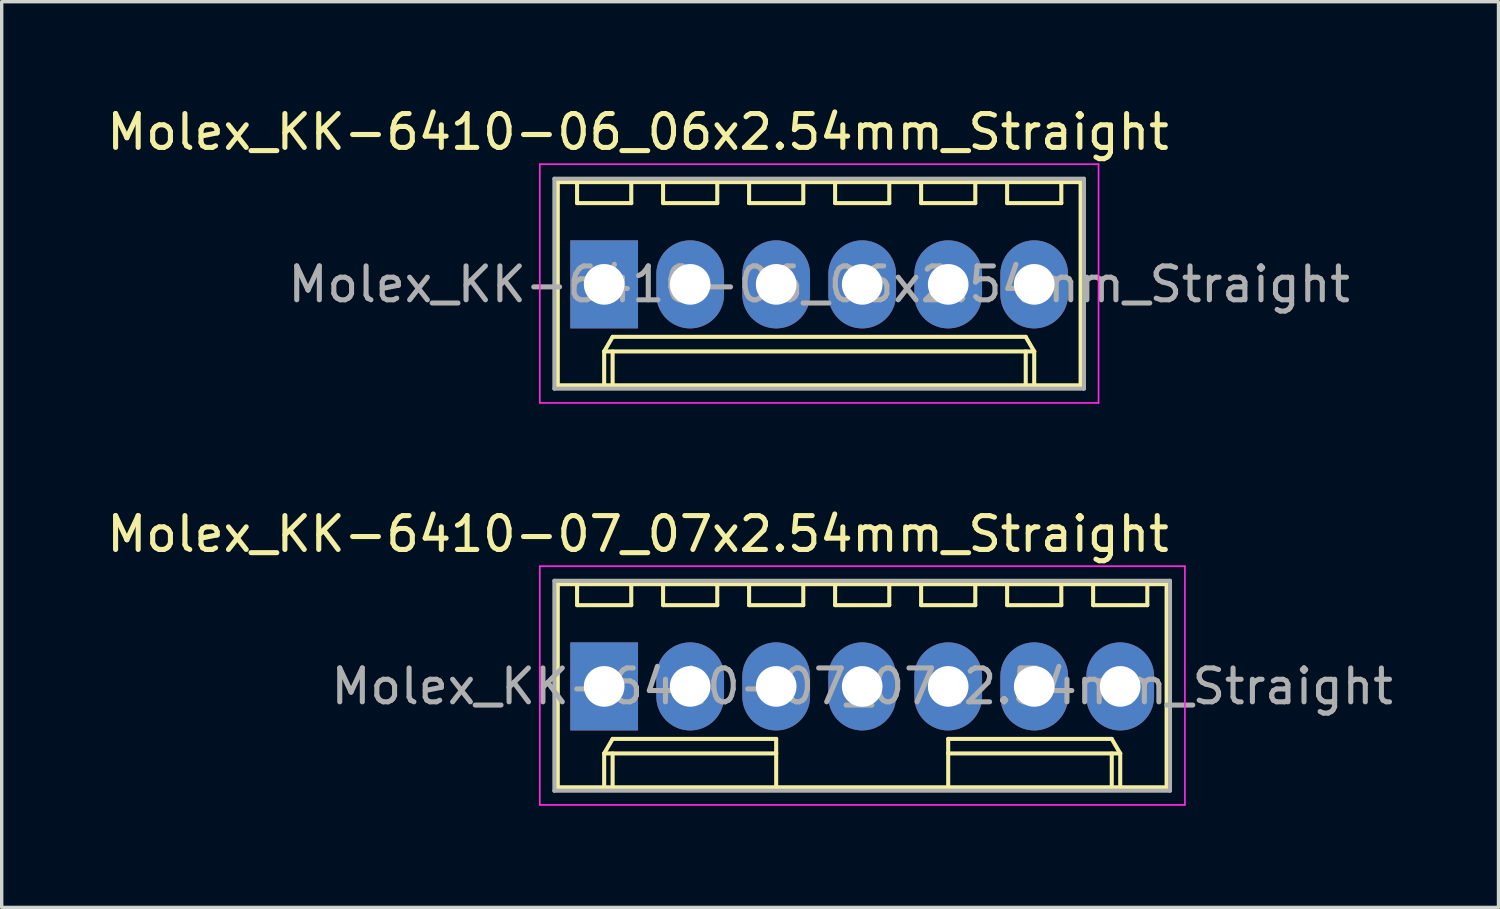
<source format=kicad_pcb>
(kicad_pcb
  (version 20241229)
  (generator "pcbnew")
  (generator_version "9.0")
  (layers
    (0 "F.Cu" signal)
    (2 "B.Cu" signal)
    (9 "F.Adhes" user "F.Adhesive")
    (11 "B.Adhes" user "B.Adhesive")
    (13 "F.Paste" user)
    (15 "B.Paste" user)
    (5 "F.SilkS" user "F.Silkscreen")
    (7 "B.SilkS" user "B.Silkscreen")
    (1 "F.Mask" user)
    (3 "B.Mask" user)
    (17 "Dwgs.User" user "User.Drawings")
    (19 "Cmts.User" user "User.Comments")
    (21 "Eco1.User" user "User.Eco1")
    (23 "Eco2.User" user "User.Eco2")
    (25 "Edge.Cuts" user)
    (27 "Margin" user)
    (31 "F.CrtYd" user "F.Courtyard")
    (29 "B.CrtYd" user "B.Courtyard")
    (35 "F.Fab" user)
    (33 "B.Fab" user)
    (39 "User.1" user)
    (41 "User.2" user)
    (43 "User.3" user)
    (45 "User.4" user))
  (footprint "Molex_KK-6410-06_06x2.54mm_Straight"
    (layer "F.Cu")
    (at 14.792 5.348)
    (property "Reference" "Molex_KK-6410-06_06x2.54mm_Straight" (at 1 -4.5 0) (layer "F.SilkS") (effects (font (size 1 1) (thickness 0.15))))
    (attr through_hole)
    (fp_line (start -1.37 -3.02) (end -1.37 2.98) (stroke (width 0.12) (type solid)) (layer "F.SilkS"))
    (fp_line (start -1.37 2.98) (end 14.07 2.98) (stroke (width 0.12) (type solid)) (layer "F.SilkS"))
    (fp_line (start -0.8 -3.02) (end -0.8 -2.4) (stroke (width 0.12) (type solid)) (layer "F.SilkS"))
    (fp_line (start -0.8 -2.4) (end 0.8 -2.4) (stroke (width 0.12) (type solid)) (layer "F.SilkS"))
    (fp_line (start 0 1.98) (end 0.25 1.55) (stroke (width 0.12) (type solid)) (layer "F.SilkS"))
    (fp_line (start 0 1.98) (end 12.7 1.98) (stroke (width 0.12) (type solid)) (layer "F.SilkS"))
    (fp_line (start 0 2.98) (end 0 1.98) (stroke (width 0.12) (type solid)) (layer "F.SilkS"))
    (fp_line (start 0.25 1.55) (end 12.45 1.55) (stroke (width 0.12) (type solid)) (layer "F.SilkS"))
    (fp_line (start 0.25 2.98) (end 0.25 1.98) (stroke (width 0.12) (type solid)) (layer "F.SilkS"))
    (fp_line (start 0.8 -2.4) (end 0.8 -3.02) (stroke (width 0.12) (type solid)) (layer "F.SilkS"))
    (fp_line (start 1.74 -3.02) (end 1.74 -2.4) (stroke (width 0.12) (type solid)) (layer "F.SilkS"))
    (fp_line (start 1.74 -2.4) (end 3.34 -2.4) (stroke (width 0.12) (type solid)) (layer "F.SilkS"))
    (fp_line (start 3.34 -2.4) (end 3.34 -3.02) (stroke (width 0.12) (type solid)) (layer "F.SilkS"))
    (fp_line (start 4.28 -3.02) (end 4.28 -2.4) (stroke (width 0.12) (type solid)) (layer "F.SilkS"))
    (fp_line (start 4.28 -2.4) (end 5.88 -2.4) (stroke (width 0.12) (type solid)) (layer "F.SilkS"))
    (fp_line (start 5.88 -2.4) (end 5.88 -3.02) (stroke (width 0.12) (type solid)) (layer "F.SilkS"))
    (fp_line (start 6.82 -3.02) (end 6.82 -2.4) (stroke (width 0.12) (type solid)) (layer "F.SilkS"))
    (fp_line (start 6.82 -2.4) (end 8.42 -2.4) (stroke (width 0.12) (type solid)) (layer "F.SilkS"))
    (fp_line (start 8.42 -2.4) (end 8.42 -3.02) (stroke (width 0.12) (type solid)) (layer "F.SilkS"))
    (fp_line (start 9.36 -3.02) (end 9.36 -2.4) (stroke (width 0.12) (type solid)) (layer "F.SilkS"))
    (fp_line (start 9.36 -2.4) (end 10.96 -2.4) (stroke (width 0.12) (type solid)) (layer "F.SilkS"))
    (fp_line (start 10.96 -2.4) (end 10.96 -3.02) (stroke (width 0.12) (type solid)) (layer "F.SilkS"))
    (fp_line (start 11.9 -3.02) (end 11.9 -2.4) (stroke (width 0.12) (type solid)) (layer "F.SilkS"))
    (fp_line (start 11.9 -2.4) (end 13.5 -2.4) (stroke (width 0.12) (type solid)) (layer "F.SilkS"))
    (fp_line (start 12.45 1.55) (end 12.7 1.98) (stroke (width 0.12) (type solid)) (layer "F.SilkS"))
    (fp_line (start 12.45 2.98) (end 12.45 1.98) (stroke (width 0.12) (type solid)) (layer "F.SilkS"))
    (fp_line (start 12.7 1.98) (end 12.7 2.98) (stroke (width 0.12) (type solid)) (layer "F.SilkS"))
    (fp_line (start 13.5 -2.4) (end 13.5 -3.02) (stroke (width 0.12) (type solid)) (layer "F.SilkS"))
    (fp_line (start 14.07 -3.02) (end -1.37 -3.02) (stroke (width 0.12) (type solid)) (layer "F.SilkS"))
    (fp_line (start 14.07 2.98) (end 14.07 -3.02) (stroke (width 0.12) (type solid)) (layer "F.SilkS"))
    (fp_line (start -1.9 -3.55) (end 14.6 -3.55) (stroke (width 0.05) (type solid)) (layer "F.CrtYd"))
    (fp_line (start -1.9 3.5) (end -1.9 -3.55) (stroke (width 0.05) (type solid)) (layer "F.CrtYd"))
    (fp_line (start 14.6 -3.55) (end 14.6 3.5) (stroke (width 0.05) (type solid)) (layer "F.CrtYd"))
    (fp_line (start 14.6 3.5) (end -1.9 3.5) (stroke (width 0.05) (type solid)) (layer "F.CrtYd"))
    (fp_line (start -1.47 -3.12) (end -1.47 3.08) (stroke (width 0.12) (type solid)) (layer "F.Fab"))
    (fp_line (start -1.47 3.08) (end 14.17 3.08) (stroke (width 0.12) (type solid)) (layer "F.Fab"))
    (fp_line (start 14.17 -3.12) (end -1.47 -3.12) (stroke (width 0.12) (type solid)) (layer "F.Fab"))
    (fp_line (start 14.17 3.08) (end 14.17 -3.12) (stroke (width 0.12) (type solid)) (layer "F.Fab"))
    (fp_text user "${REFERENCE}" (at 6.35 0 0) (layer "F.Fab") (effects (font (size 1 1) (thickness 0.15))))
    (pad "1" thru_hole rect (at 0 0) (size 2 2.6) (drill 1.2) (layers "*.Cu" "*.Mask"))
    (pad "2" thru_hole oval (at 2.54 0) (size 2 2.6) (drill 1.2) (layers "*.Cu" "*.Mask"))
    (pad "3" thru_hole oval (at 5.08 0) (size 2 2.6) (drill 1.2) (layers "*.Cu" "*.Mask"))
    (pad "4" thru_hole oval (at 7.62 0) (size 2 2.6) (drill 1.2) (layers "*.Cu" "*.Mask"))
    (pad "5" thru_hole oval (at 10.16 0) (size 2 2.6) (drill 1.2) (layers "*.Cu" "*.Mask"))
    (pad "6" thru_hole oval (at 12.7 0) (size 2 2.6) (drill 1.2) (layers "*.Cu" "*.Mask")))
  (footprint "Molex_KK-6410-07_07x2.54mm_Straight"
    (layer "F.Cu")
    (at 14.792 17.221)
    (property "Reference" "Molex_KK-6410-07_07x2.54mm_Straight" (at 1 -4.5 0) (layer "F.SilkS") (effects (font (size 1 1) (thickness 0.15))))
    (attr through_hole)
    (fp_line (start -1.37 -3.02) (end -1.37 2.98) (stroke (width 0.12) (type solid)) (layer "F.SilkS"))
    (fp_line (start -1.37 2.98) (end 16.61 2.98) (stroke (width 0.12) (type solid)) (layer "F.SilkS"))
    (fp_line (start -0.8 -3.02) (end -0.8 -2.4) (stroke (width 0.12) (type solid)) (layer "F.SilkS"))
    (fp_line (start -0.8 -2.4) (end 0.8 -2.4) (stroke (width 0.12) (type solid)) (layer "F.SilkS"))
    (fp_line (start 0 1.98) (end 0.25 1.55) (stroke (width 0.12) (type solid)) (layer "F.SilkS"))
    (fp_line (start 0 1.98) (end 5.08 1.98) (stroke (width 0.12) (type solid)) (layer "F.SilkS"))
    (fp_line (start 0 2.98) (end 0 1.98) (stroke (width 0.12) (type solid)) (layer "F.SilkS"))
    (fp_line (start 0.25 1.55) (end 5.08 1.55) (stroke (width 0.12) (type solid)) (layer "F.SilkS"))
    (fp_line (start 0.25 2.98) (end 0.25 1.98) (stroke (width 0.12) (type solid)) (layer "F.SilkS"))
    (fp_line (start 0.8 -2.4) (end 0.8 -3.02) (stroke (width 0.12) (type solid)) (layer "F.SilkS"))
    (fp_line (start 1.74 -3.02) (end 1.74 -2.4) (stroke (width 0.12) (type solid)) (layer "F.SilkS"))
    (fp_line (start 1.74 -2.4) (end 3.34 -2.4) (stroke (width 0.12) (type solid)) (layer "F.SilkS"))
    (fp_line (start 3.34 -2.4) (end 3.34 -3.02) (stroke (width 0.12) (type solid)) (layer "F.SilkS"))
    (fp_line (start 4.28 -3.02) (end 4.28 -2.4) (stroke (width 0.12) (type solid)) (layer "F.SilkS"))
    (fp_line (start 4.28 -2.4) (end 5.88 -2.4) (stroke (width 0.12) (type solid)) (layer "F.SilkS"))
    (fp_line (start 5.08 1.55) (end 5.08 1.98) (stroke (width 0.12) (type solid)) (layer "F.SilkS"))
    (fp_line (start 5.08 1.98) (end 5.08 2.98) (stroke (width 0.12) (type solid)) (layer "F.SilkS"))
    (fp_line (start 5.88 -2.4) (end 5.88 -3.02) (stroke (width 0.12) (type solid)) (layer "F.SilkS"))
    (fp_line (start 6.82 -3.02) (end 6.82 -2.4) (stroke (width 0.12) (type solid)) (layer "F.SilkS"))
    (fp_line (start 6.82 -2.4) (end 8.42 -2.4) (stroke (width 0.12) (type solid)) (layer "F.SilkS"))
    (fp_line (start 8.42 -2.4) (end 8.42 -3.02) (stroke (width 0.12) (type solid)) (layer "F.SilkS"))
    (fp_line (start 9.36 -3.02) (end 9.36 -2.4) (stroke (width 0.12) (type solid)) (layer "F.SilkS"))
    (fp_line (start 9.36 -2.4) (end 10.96 -2.4) (stroke (width 0.12) (type solid)) (layer "F.SilkS"))
    (fp_line (start 10.16 1.55) (end 10.16 1.98) (stroke (width 0.12) (type solid)) (layer "F.SilkS"))
    (fp_line (start 10.16 1.98) (end 10.16 2.98) (stroke (width 0.12) (type solid)) (layer "F.SilkS"))
    (fp_line (start 10.96 -2.4) (end 10.96 -3.02) (stroke (width 0.12) (type solid)) (layer "F.SilkS"))
    (fp_line (start 11.9 -3.02) (end 11.9 -2.4) (stroke (width 0.12) (type solid)) (layer "F.SilkS"))
    (fp_line (start 11.9 -2.4) (end 13.5 -2.4) (stroke (width 0.12) (type solid)) (layer "F.SilkS"))
    (fp_line (start 13.5 -2.4) (end 13.5 -3.02) (stroke (width 0.12) (type solid)) (layer "F.SilkS"))
    (fp_line (start 14.44 -3.02) (end 14.44 -2.4) (stroke (width 0.12) (type solid)) (layer "F.SilkS"))
    (fp_line (start 14.44 -2.4) (end 16.04 -2.4) (stroke (width 0.12) (type solid)) (layer "F.SilkS"))
    (fp_line (start 14.99 1.55) (end 10.16 1.55) (stroke (width 0.12) (type solid)) (layer "F.SilkS"))
    (fp_line (start 14.99 2.98) (end 14.99 1.98) (stroke (width 0.12) (type solid)) (layer "F.SilkS"))
    (fp_line (start 15.24 1.98) (end 10.16 1.98) (stroke (width 0.12) (type solid)) (layer "F.SilkS"))
    (fp_line (start 15.24 1.98) (end 14.99 1.55) (stroke (width 0.12) (type solid)) (layer "F.SilkS"))
    (fp_line (start 15.24 2.98) (end 15.24 1.98) (stroke (width 0.12) (type solid)) (layer "F.SilkS"))
    (fp_line (start 16.04 -2.4) (end 16.04 -3.02) (stroke (width 0.12) (type solid)) (layer "F.SilkS"))
    (fp_line (start 16.61 -3.02) (end -1.37 -3.02) (stroke (width 0.12) (type solid)) (layer "F.SilkS"))
    (fp_line (start 16.61 2.98) (end 16.61 -3.02) (stroke (width 0.12) (type solid)) (layer "F.SilkS"))
    (fp_line (start -1.9 -3.55) (end 17.15 -3.55) (stroke (width 0.05) (type solid)) (layer "F.CrtYd"))
    (fp_line (start -1.9 3.5) (end -1.9 -3.55) (stroke (width 0.05) (type solid)) (layer "F.CrtYd"))
    (fp_line (start 17.15 -3.55) (end 17.15 3.5) (stroke (width 0.05) (type solid)) (layer "F.CrtYd"))
    (fp_line (start 17.15 3.5) (end -1.9 3.5) (stroke (width 0.05) (type solid)) (layer "F.CrtYd"))
    (fp_line (start -1.47 -3.12) (end -1.47 3.08) (stroke (width 0.12) (type solid)) (layer "F.Fab"))
    (fp_line (start -1.47 3.08) (end 16.71 3.08) (stroke (width 0.12) (type solid)) (layer "F.Fab"))
    (fp_line (start 16.71 -3.12) (end -1.47 -3.12) (stroke (width 0.12) (type solid)) (layer "F.Fab"))
    (fp_line (start 16.71 3.08) (end 16.71 -3.12) (stroke (width 0.12) (type solid)) (layer "F.Fab"))
    (fp_text user "${REFERENCE}" (at 7.62 0 0) (layer "F.Fab") (effects (font (size 1 1) (thickness 0.15))))
    (pad "1" thru_hole rect (at 0 0) (size 2 2.6) (drill 1.2) (layers "*.Cu" "*.Mask"))
    (pad "2" thru_hole oval (at 2.54 0) (size 2 2.6) (drill 1.2) (layers "*.Cu" "*.Mask"))
    (pad "3" thru_hole oval (at 5.08 0) (size 2 2.6) (drill 1.2) (layers "*.Cu" "*.Mask"))
    (pad "4" thru_hole oval (at 7.62 0) (size 2 2.6) (drill 1.2) (layers "*.Cu" "*.Mask"))
    (pad "5" thru_hole oval (at 10.16 0) (size 2 2.6) (drill 1.2) (layers "*.Cu" "*.Mask"))
    (pad "6" thru_hole oval (at 12.7 0) (size 2 2.6) (drill 1.2) (layers "*.Cu" "*.Mask"))
    (pad "7" thru_hole oval (at 15.24 0) (size 2 2.6) (drill 1.2) (layers "*.Cu" "*.Mask")))
  (gr_rect
    (start -3 -3)
    (end 41.203 23.747)
    (stroke (width 0.1) (type default))
    (fill no)
    (layer "Edge.Cuts")))
</source>
